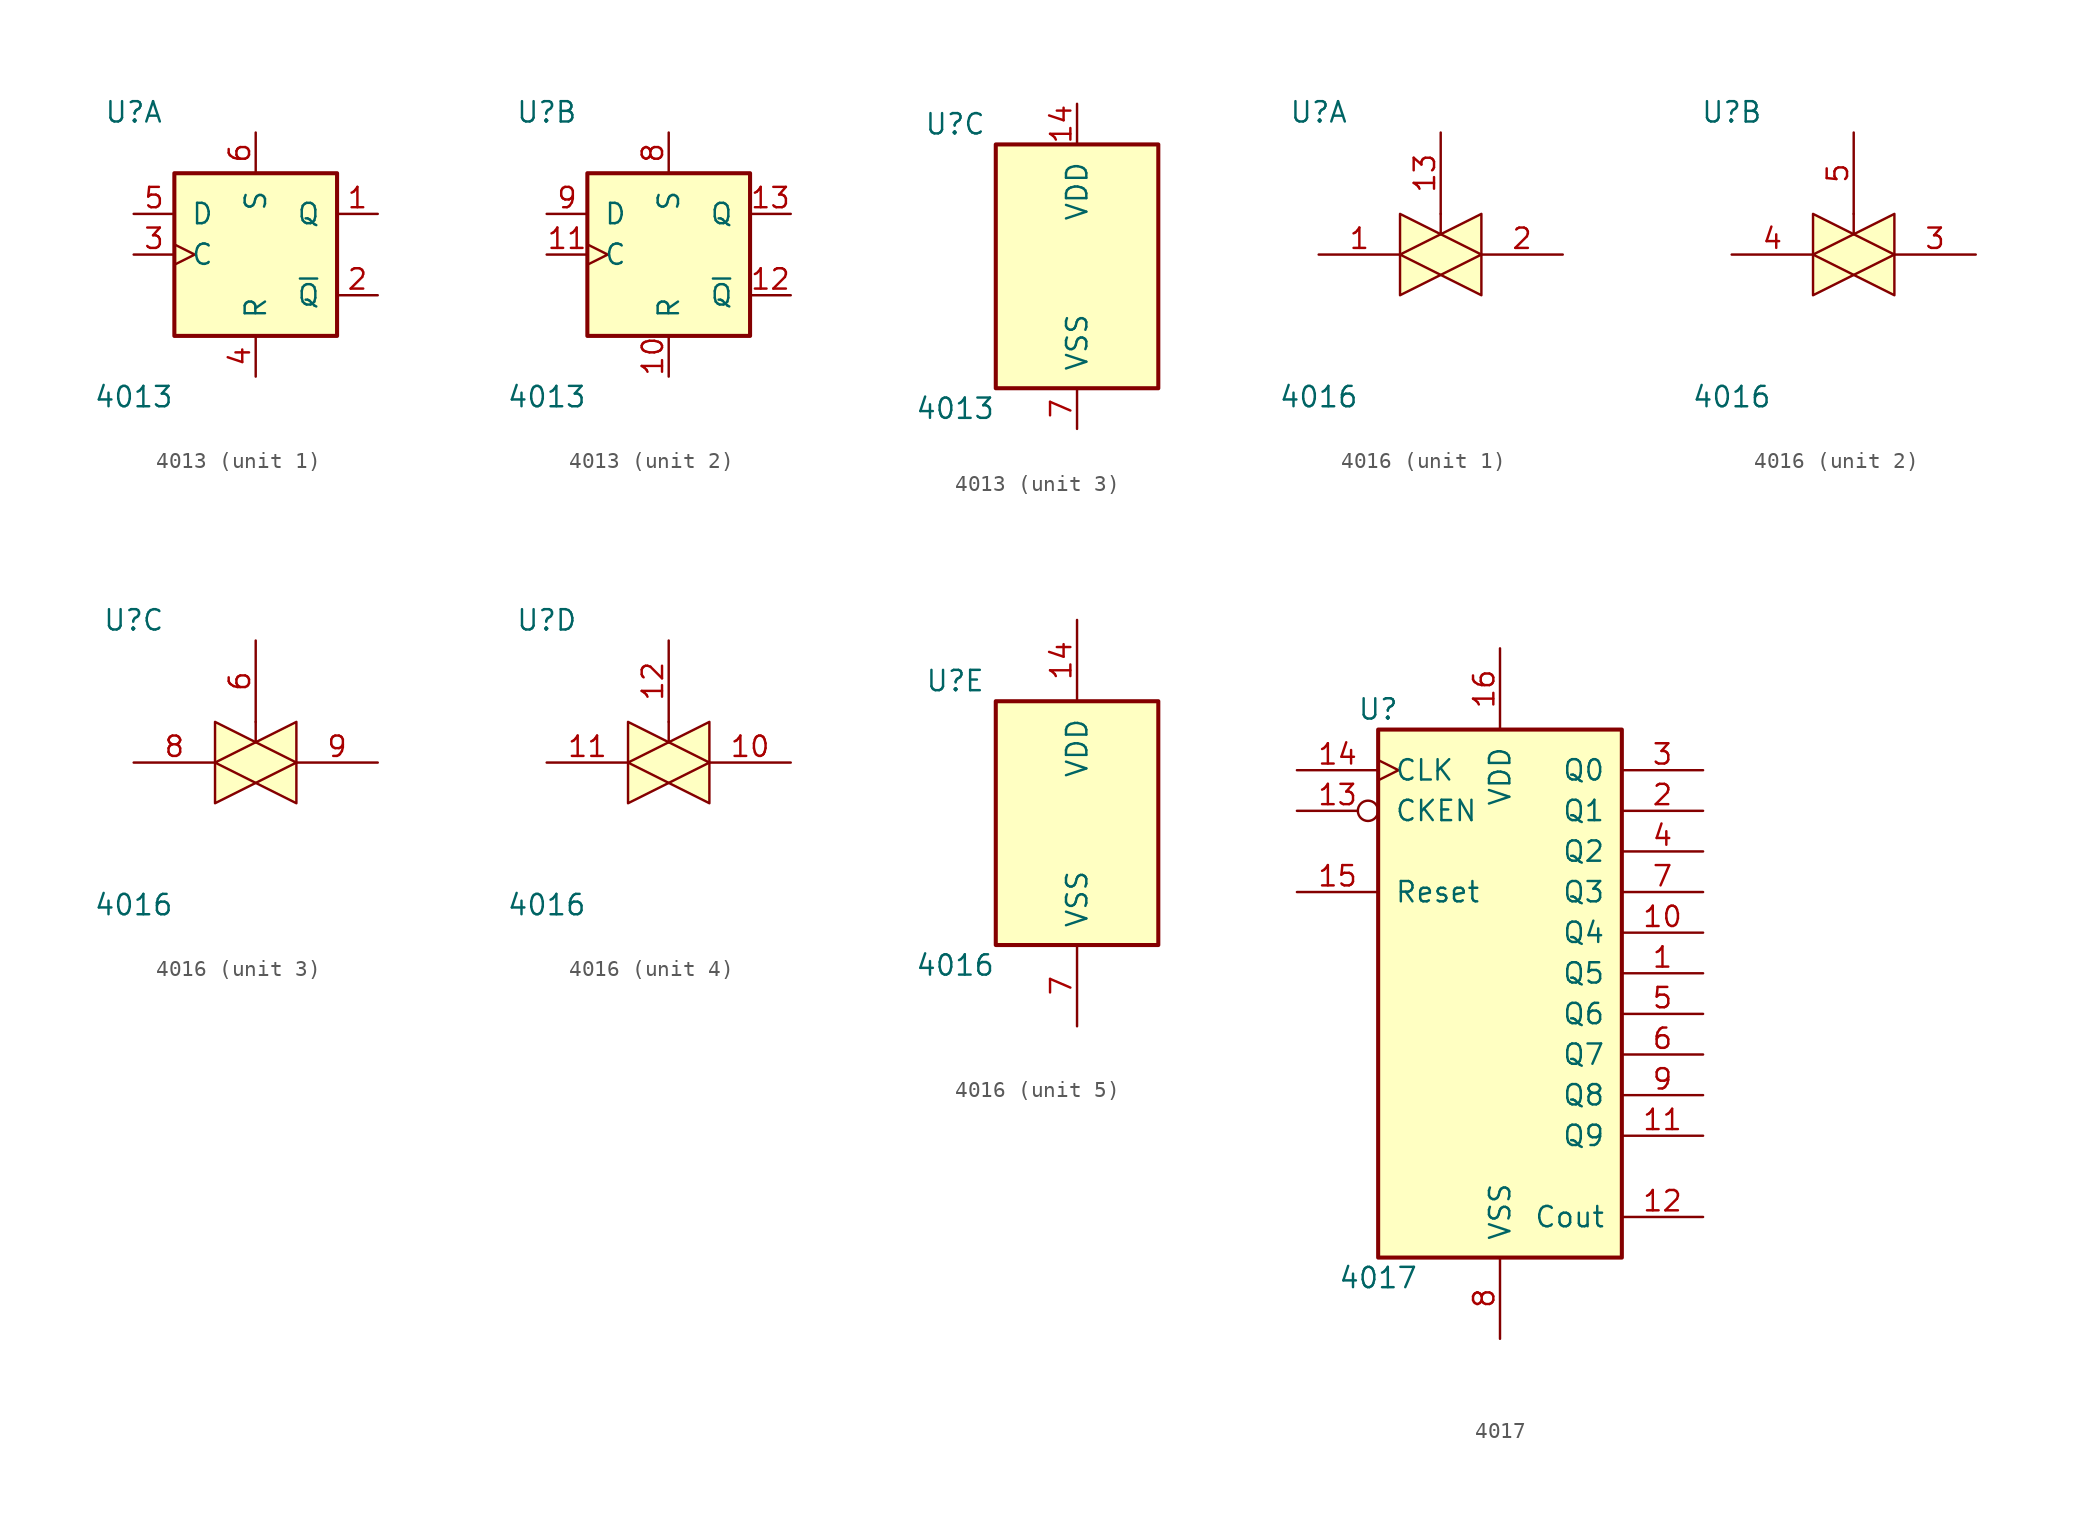
<source format=kicad_sym>
(kicad_symbol_lib
  (version 20200908)
  (generator kicad_symbol_editor)
  (symbol "4xxx:4013"
    (pin_names
      (offset 1.016))
    (property "Reference" "U"
      (at -7.62 8.89 0)
      (effects (font (size 1.27 1.27))))
    (property "Value" "4013"
      (at -7.62 -8.89 0)
      (effects (font (size 1.27 1.27))))
    (property "ki_locked" ""
      (at 0 0 0)
      (effects (font (size 1.27 1.27))))
    (symbol "4013_1_1"
      (rectangle (start -5.08 5.08) (end 5.08 -5.08) (stroke (width 0.254)) (fill (type background)))
      (pin output line (at 7.62 2.54 180) (length 2.54) (name "Q" (effects (font (size 1.27 1.27)))) (number "1" (effects (font (size 1.27 1.27)))))
      (pin output line (at 7.62 -2.54 180) (length 2.54) (name "~Q" (effects (font (size 1.27 1.27)))) (number "2" (effects (font (size 1.27 1.27)))))
      (pin input clock (at -7.62 0 0) (length 2.54) (name "C" (effects (font (size 1.27 1.27)))) (number "3" (effects (font (size 1.27 1.27)))))
      (pin input line (at 0 -7.62 90) (length 2.54) (name "R" (effects (font (size 1.27 1.27)))) (number "4" (effects (font (size 1.27 1.27)))))
      (pin input line (at -7.62 2.54 0) (length 2.54) (name "D" (effects (font (size 1.27 1.27)))) (number "5" (effects (font (size 1.27 1.27)))))
      (pin input line (at 0 7.62 270) (length 2.54) (name "S" (effects (font (size 1.27 1.27)))) (number "6" (effects (font (size 1.27 1.27))))))
    (symbol "4013_2_1"
      (rectangle (start -5.08 5.08) (end 5.08 -5.08) (stroke (width 0.254)) (fill (type background)))
      (pin input line (at 0 -7.62 90) (length 2.54) (name "R" (effects (font (size 1.27 1.27)))) (number "10" (effects (font (size 1.27 1.27)))))
      (pin input clock (at -7.62 0 0) (length 2.54) (name "C" (effects (font (size 1.27 1.27)))) (number "11" (effects (font (size 1.27 1.27)))))
      (pin output line (at 7.62 -2.54 180) (length 2.54) (name "~Q" (effects (font (size 1.27 1.27)))) (number "12" (effects (font (size 1.27 1.27)))))
      (pin output line (at 7.62 2.54 180) (length 2.54) (name "Q" (effects (font (size 1.27 1.27)))) (number "13" (effects (font (size 1.27 1.27)))))
      (pin input line (at 0 7.62 270) (length 2.54) (name "S" (effects (font (size 1.27 1.27)))) (number "8" (effects (font (size 1.27 1.27)))))
      (pin input line (at -7.62 2.54 0) (length 2.54) (name "D" (effects (font (size 1.27 1.27)))) (number "9" (effects (font (size 1.27 1.27))))))
    (symbol "4013_3_1"
      (rectangle (start -5.08 7.62) (end 5.08 -7.62) (stroke (width 0.254)) (fill (type background))))
    (symbol "4013_3_0"
      (pin power_in line (at 0 10.16 270) (length 2.54) (name "VDD" (effects (font (size 1.27 1.27)))) (number "14" (effects (font (size 1.27 1.27)))))
      (pin power_in line (at 0 -10.16 90) (length 2.54) (name "VSS" (effects (font (size 1.27 1.27)))) (number "7" (effects (font (size 1.27 1.27)))))))
  (symbol "4xxx:4016"
    (pin_names
      (offset 1.016))
    (property "Reference" "U"
      (at -7.62 8.89 0)
      (effects (font (size 1.27 1.27))))
    (property "Value" "4016"
      (at -7.62 -8.89 0)
      (effects (font (size 1.27 1.27))))
    (property "ki_locked" ""
      (at 0 0 0)
      (effects (font (size 1.27 1.27))))
    (symbol "4016_5_1"
      (rectangle (start -5.08 7.62) (end 5.08 -7.62) (stroke (width 0.254)) (fill (type background))))
    (symbol "4016_1_0"
      (polyline (pts (xy 0 1.27) (xy 0 2.54)) (stroke (width 0.152)) (fill (type none)))
      (polyline (pts (xy -2.54 0) (xy 2.54 2.54) (xy 2.54 -2.54) (xy -2.54 0)) (stroke (width 0)) (fill (type background)))
      (polyline (pts (xy -2.54 2.54) (xy 2.54 0) (xy -2.54 -2.54) (xy -2.54 2.54)) (stroke (width 0)) (fill (type background)))
      (pin passive line (at -7.62 0 0) (length 5.08) (name "~" (effects (font (size 1.27 1.27)))) (number "1" (effects (font (size 1.27 1.27)))))
      (pin input line (at 0 7.62 270) (length 5.08) (name "~" (effects (font (size 1.27 1.27)))) (number "13" (effects (font (size 1.27 1.27)))))
      (pin passive line (at 7.62 0 180) (length 5.08) (name "~" (effects (font (size 1.27 1.27)))) (number "2" (effects (font (size 1.27 1.27))))))
    (symbol "4016_2_0"
      (polyline (pts (xy 0 1.27) (xy 0 2.54)) (stroke (width 0.152)) (fill (type none)))
      (polyline (pts (xy -2.54 0) (xy 2.54 2.54) (xy 2.54 -2.54) (xy -2.54 0)) (stroke (width 0)) (fill (type background)))
      (polyline (pts (xy -2.54 2.54) (xy 2.54 0) (xy -2.54 -2.54) (xy -2.54 2.54)) (stroke (width 0)) (fill (type background)))
      (pin passive line (at 7.62 0 180) (length 5.08) (name "~" (effects (font (size 1.27 1.27)))) (number "3" (effects (font (size 1.27 1.27)))))
      (pin passive line (at -7.62 0 0) (length 5.08) (name "~" (effects (font (size 1.27 1.27)))) (number "4" (effects (font (size 1.27 1.27)))))
      (pin input line (at 0 7.62 270) (length 5.08) (name "~" (effects (font (size 1.27 1.27)))) (number "5" (effects (font (size 1.27 1.27))))))
    (symbol "4016_3_0"
      (polyline (pts (xy 0 1.27) (xy 0 2.54)) (stroke (width 0.152)) (fill (type none)))
      (polyline (pts (xy -2.54 0) (xy 2.54 2.54) (xy 2.54 -2.54) (xy -2.54 0)) (stroke (width 0)) (fill (type background)))
      (polyline (pts (xy -2.54 2.54) (xy 2.54 0) (xy -2.54 -2.54) (xy -2.54 2.54)) (stroke (width 0)) (fill (type background)))
      (pin input line (at 0 7.62 270) (length 5.08) (name "~" (effects (font (size 1.27 1.27)))) (number "6" (effects (font (size 1.27 1.27)))))
      (pin passive line (at -7.62 0 0) (length 5.08) (name "~" (effects (font (size 1.27 1.27)))) (number "8" (effects (font (size 1.27 1.27)))))
      (pin passive line (at 7.62 0 180) (length 5.08) (name "~" (effects (font (size 1.27 1.27)))) (number "9" (effects (font (size 1.27 1.27))))))
    (symbol "4016_4_0"
      (polyline (pts (xy 0 1.27) (xy 0 2.54)) (stroke (width 0.152)) (fill (type none)))
      (polyline (pts (xy -2.54 0) (xy 2.54 2.54) (xy 2.54 -2.54) (xy -2.54 0)) (stroke (width 0)) (fill (type background)))
      (polyline (pts (xy -2.54 2.54) (xy 2.54 0) (xy -2.54 -2.54) (xy -2.54 2.54)) (stroke (width 0)) (fill (type background)))
      (pin passive line (at 7.62 0 180) (length 5.08) (name "~" (effects (font (size 1.27 1.27)))) (number "10" (effects (font (size 1.27 1.27)))))
      (pin passive line (at -7.62 0 0) (length 5.08) (name "~" (effects (font (size 1.27 1.27)))) (number "11" (effects (font (size 1.27 1.27)))))
      (pin input line (at 0 7.62 270) (length 5.08) (name "~" (effects (font (size 1.27 1.27)))) (number "12" (effects (font (size 1.27 1.27))))))
    (symbol "4016_5_0"
      (pin power_in line (at 0 12.7 270) (length 5.08) (name "VDD" (effects (font (size 1.27 1.27)))) (number "14" (effects (font (size 1.27 1.27)))))
      (pin power_in line (at 0 -12.7 90) (length 5.08) (name "VSS" (effects (font (size 1.27 1.27)))) (number "7" (effects (font (size 1.27 1.27)))))))
  (symbol "4xxx:4017"
    (pin_names
      (offset 1.016))
    (property "Reference" "U"
      (at -7.62 16.51 0)
      (effects (font (size 1.27 1.27))))
    (property "Value" "4017"
      (at -7.62 -19.05 0)
      (effects (font (size 1.27 1.27))))
    (property "ki_locked" ""
      (at 0 0 0)
      (effects (font (size 1.27 1.27))))
    (symbol "4017_1_1"
      (rectangle (start -7.62 15.24) (end 7.62 -17.78) (stroke (width 0.254)) (fill (type background))))
    (symbol "4017_1_0"
      (pin output line (at 12.7 0 180) (length 5.08) (name "Q5" (effects (font (size 1.27 1.27)))) (number "1" (effects (font (size 1.27 1.27)))))
      (pin output line (at 12.7 2.54 180) (length 5.08) (name "Q4" (effects (font (size 1.27 1.27)))) (number "10" (effects (font (size 1.27 1.27)))))
      (pin output line (at 12.7 -10.16 180) (length 5.08) (name "Q9" (effects (font (size 1.27 1.27)))) (number "11" (effects (font (size 1.27 1.27)))))
      (pin output line (at 12.7 -15.24 180) (length 5.08) (name "Cout" (effects (font (size 1.27 1.27)))) (number "12" (effects (font (size 1.27 1.27)))))
      (pin input inverted (at -12.7 10.16 0) (length 5.08) (name "CKEN" (effects (font (size 1.27 1.27)))) (number "13" (effects (font (size 1.27 1.27)))))
      (pin input clock (at -12.7 12.7 0) (length 5.08) (name "CLK" (effects (font (size 1.27 1.27)))) (number "14" (effects (font (size 1.27 1.27)))))
      (pin input line (at -12.7 5.08 0) (length 5.08) (name "Reset" (effects (font (size 1.27 1.27)))) (number "15" (effects (font (size 1.27 1.27)))))
      (pin power_in line (at 0 20.32 270) (length 5.08) (name "VDD" (effects (font (size 1.27 1.27)))) (number "16" (effects (font (size 1.27 1.27)))))
      (pin output line (at 12.7 10.16 180) (length 5.08) (name "Q1" (effects (font (size 1.27 1.27)))) (number "2" (effects (font (size 1.27 1.27)))))
      (pin output line (at 12.7 12.7 180) (length 5.08) (name "Q0" (effects (font (size 1.27 1.27)))) (number "3" (effects (font (size 1.27 1.27)))))
      (pin output line (at 12.7 7.62 180) (length 5.08) (name "Q2" (effects (font (size 1.27 1.27)))) (number "4" (effects (font (size 1.27 1.27)))))
      (pin output line (at 12.7 -2.54 180) (length 5.08) (name "Q6" (effects (font (size 1.27 1.27)))) (number "5" (effects (font (size 1.27 1.27)))))
      (pin output line (at 12.7 -5.08 180) (length 5.08) (name "Q7" (effects (font (size 1.27 1.27)))) (number "6" (effects (font (size 1.27 1.27)))))
      (pin output line (at 12.7 5.08 180) (length 5.08) (name "Q3" (effects (font (size 1.27 1.27)))) (number "7" (effects (font (size 1.27 1.27)))))
      (pin power_in line (at 0 -22.86 90) (length 5.08) (name "VSS" (effects (font (size 1.27 1.27)))) (number "8" (effects (font (size 1.27 1.27)))))
      (pin output line (at 12.7 -7.62 180) (length 5.08) (name "Q8" (effects (font (size 1.27 1.27)))) (number "9" (effects (font (size 1.27 1.27))))))))
</source>
